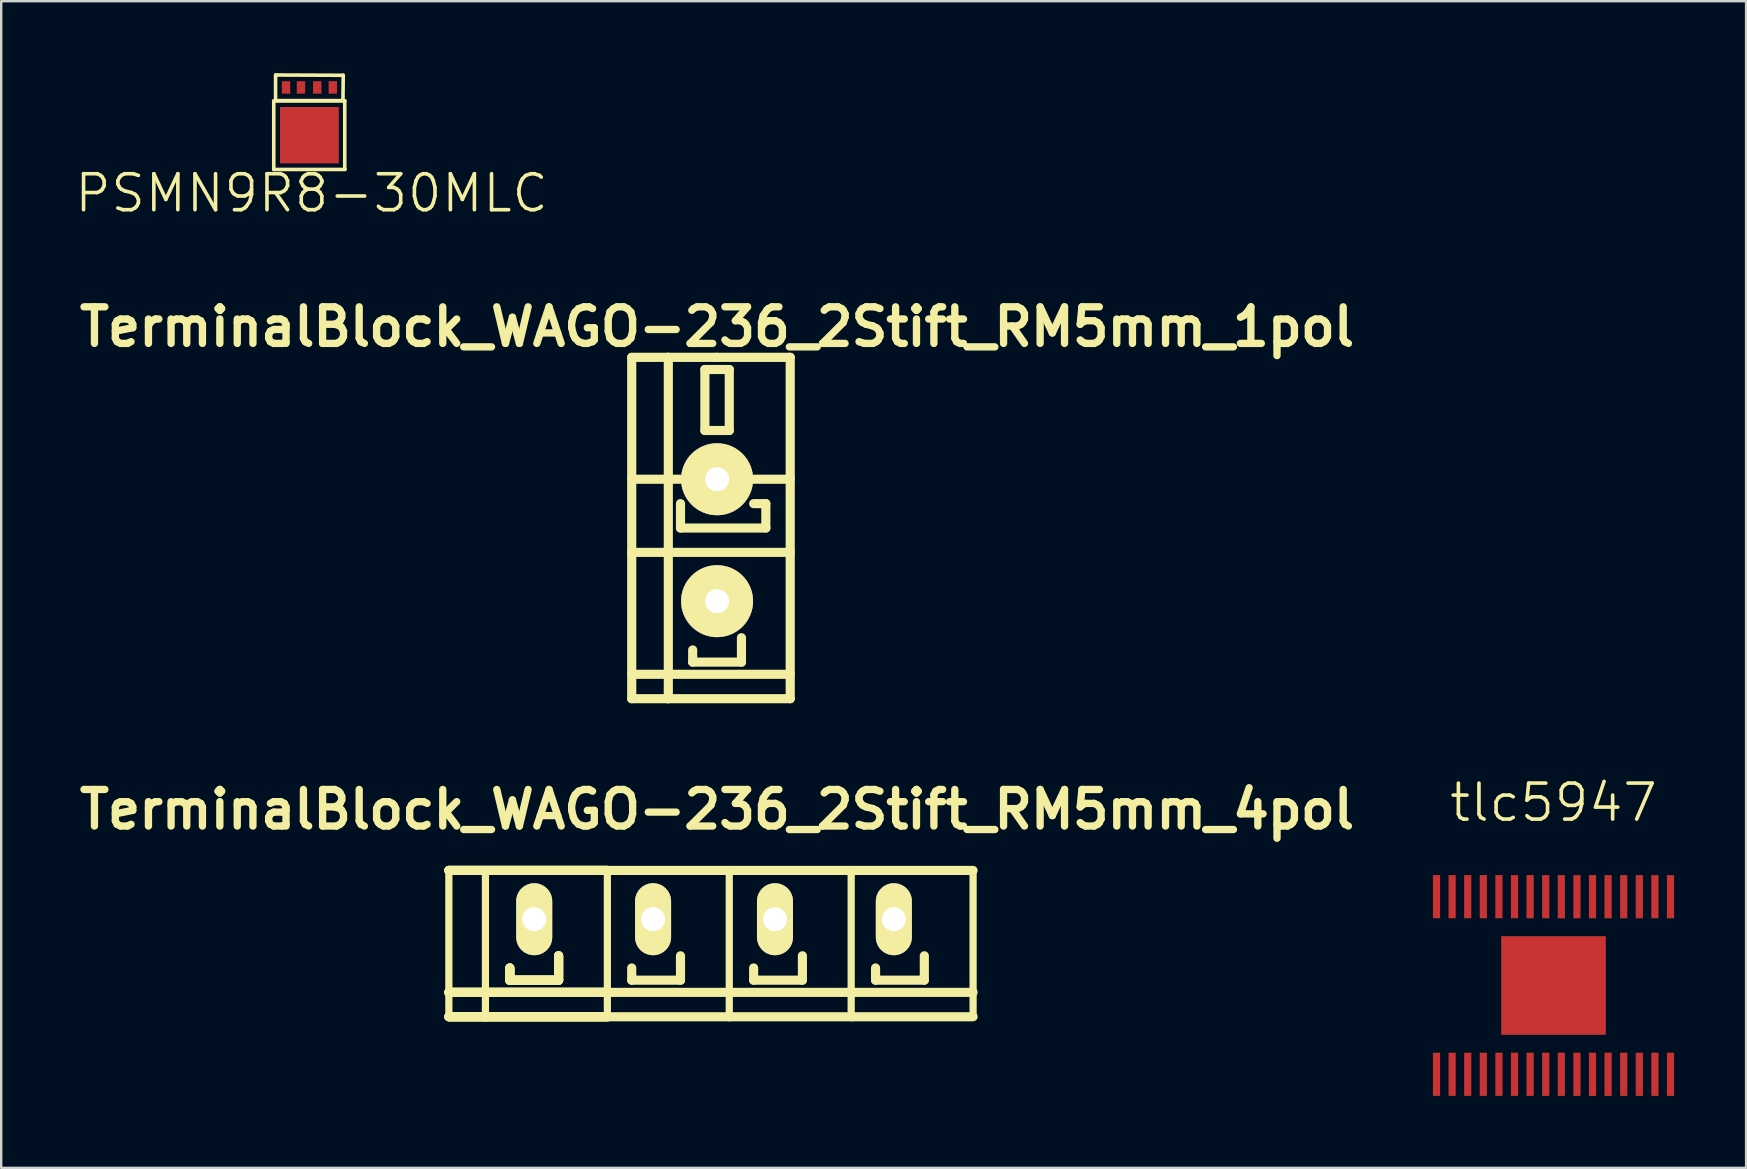
<source format=kicad_pcb>
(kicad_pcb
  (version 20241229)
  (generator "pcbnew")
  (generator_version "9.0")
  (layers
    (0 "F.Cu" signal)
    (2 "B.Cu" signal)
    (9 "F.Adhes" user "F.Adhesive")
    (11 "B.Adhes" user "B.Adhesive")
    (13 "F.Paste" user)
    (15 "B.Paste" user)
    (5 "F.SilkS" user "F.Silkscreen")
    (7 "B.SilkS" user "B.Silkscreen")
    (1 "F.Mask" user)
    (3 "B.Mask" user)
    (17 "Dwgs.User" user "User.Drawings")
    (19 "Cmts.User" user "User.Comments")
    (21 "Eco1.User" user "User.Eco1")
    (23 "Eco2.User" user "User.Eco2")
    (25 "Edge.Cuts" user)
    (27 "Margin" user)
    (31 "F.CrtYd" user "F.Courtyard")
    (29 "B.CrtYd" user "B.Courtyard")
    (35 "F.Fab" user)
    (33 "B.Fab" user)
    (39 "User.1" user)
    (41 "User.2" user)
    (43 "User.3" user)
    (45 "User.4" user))
  (footprint "TerminalBlock_WAGO-236_2Stift_RM5mm_4pol"
    (layer "F.Cu")
    (at 26.83 32.713)
    (property "Reference" "TerminalBlock_WAGO-236_2Stift_RM5mm_4pol" (at 0 -2.032 0) (layer "F.SilkS") (effects (font (size 1.524 1.524) (thickness 0.305))))
    (attr through_hole)
    (fp_line (start -11.176 0.508) (end -11.176 6.604) (stroke (width 0.3) (type solid)) (layer "F.SilkS"))
    (fp_line (start -11.176 0.508) (end -4.572 0.508) (stroke (width 0.381) (type solid)) (layer "F.SilkS"))
    (fp_line (start -11.176 0.508) (end -4.572 0.508) (stroke (width 0.381) (type solid)) (layer "F.SilkS"))
    (fp_line (start -11.176 0.508) (end -4.572 0.508) (stroke (width 0.381) (type solid)) (layer "F.SilkS"))
    (fp_line (start -11.176 0.508) (end -4.572 0.508) (stroke (width 0.381) (type solid)) (layer "F.SilkS"))
    (fp_line (start -11.176 5.588) (end -4.572 5.588) (stroke (width 0.381) (type solid)) (layer "F.SilkS"))
    (fp_line (start -11.176 5.588) (end -4.572 5.588) (stroke (width 0.381) (type solid)) (layer "F.SilkS"))
    (fp_line (start -11.176 5.588) (end -4.572 5.588) (stroke (width 0.381) (type solid)) (layer "F.SilkS"))
    (fp_line (start -11.176 5.588) (end -4.572 5.588) (stroke (width 0.381) (type solid)) (layer "F.SilkS"))
    (fp_line (start -11.176 6.604) (end -11.176 0.508) (stroke (width 0.15) (type solid)) (layer "F.SilkS"))
    (fp_line (start -9.652 0.508) (end -9.652 6.604) (stroke (width 0.3) (type solid)) (layer "F.SilkS"))
    (fp_line (start -9.652 6.604) (end -11.176 6.604) (stroke (width 0.381) (type solid)) (layer "F.SilkS"))
    (fp_line (start -9.652 6.604) (end -11.176 6.604) (stroke (width 0.381) (type solid)) (layer "F.SilkS"))
    (fp_line (start -9.652 6.604) (end -11.176 6.604) (stroke (width 0.381) (type solid)) (layer "F.SilkS"))
    (fp_line (start -9.652 6.604) (end -11.176 6.604) (stroke (width 0.381) (type solid)) (layer "F.SilkS"))
    (fp_line (start -8.636 4.572) (end -8.636 5.08) (stroke (width 0.381) (type solid)) (layer "F.SilkS"))
    (fp_line (start -8.636 4.572) (end -8.636 5.08) (stroke (width 0.381) (type solid)) (layer "F.SilkS"))
    (fp_line (start -8.636 4.572) (end -8.636 5.08) (stroke (width 0.381) (type solid)) (layer "F.SilkS"))
    (fp_line (start -8.636 4.572) (end -8.636 5.08) (stroke (width 0.381) (type solid)) (layer "F.SilkS"))
    (fp_line (start -8.636 5.08) (end -6.604 5.08) (stroke (width 0.381) (type solid)) (layer "F.SilkS"))
    (fp_line (start -8.636 5.08) (end -6.604 5.08) (stroke (width 0.381) (type solid)) (layer "F.SilkS"))
    (fp_line (start -8.636 5.08) (end -6.604 5.08) (stroke (width 0.381) (type solid)) (layer "F.SilkS"))
    (fp_line (start -8.636 5.08) (end -6.604 5.08) (stroke (width 0.381) (type solid)) (layer "F.SilkS"))
    (fp_line (start -6.604 5.08) (end -6.604 4.064) (stroke (width 0.381) (type solid)) (layer "F.SilkS"))
    (fp_line (start -6.604 5.08) (end -6.604 4.064) (stroke (width 0.381) (type solid)) (layer "F.SilkS"))
    (fp_line (start -6.604 5.08) (end -6.604 4.064) (stroke (width 0.381) (type solid)) (layer "F.SilkS"))
    (fp_line (start -6.604 5.08) (end -6.604 4.064) (stroke (width 0.381) (type solid)) (layer "F.SilkS"))
    (fp_line (start -4.572 0.508) (end 0.508 0.508) (stroke (width 0.381) (type solid)) (layer "F.SilkS"))
    (fp_line (start -4.572 5.588) (end 0.508 5.588) (stroke (width 0.381) (type solid)) (layer "F.SilkS"))
    (fp_line (start -4.572 6.604) (end -9.652 6.604) (stroke (width 0.381) (type solid)) (layer "F.SilkS"))
    (fp_line (start -4.572 6.604) (end -9.652 6.604) (stroke (width 0.381) (type solid)) (layer "F.SilkS"))
    (fp_line (start -4.572 6.604) (end -9.652 6.604) (stroke (width 0.381) (type solid)) (layer "F.SilkS"))
    (fp_line (start -4.572 6.604) (end -9.652 6.604) (stroke (width 0.381) (type solid)) (layer "F.SilkS"))
    (fp_line (start -4.572 6.604) (end -4.572 0.508) (stroke (width 0.3) (type solid)) (layer "F.SilkS"))
    (fp_line (start -4.572 6.604) (end 0.508 6.604) (stroke (width 0.381) (type solid)) (layer "F.SilkS"))
    (fp_line (start -3.556 4.572) (end -3.556 5.08) (stroke (width 0.381) (type solid)) (layer "F.SilkS"))
    (fp_line (start -3.556 5.08) (end -1.524 5.08) (stroke (width 0.381) (type solid)) (layer "F.SilkS"))
    (fp_line (start -1.524 5.08) (end -1.524 4.064) (stroke (width 0.381) (type solid)) (layer "F.SilkS"))
    (fp_line (start 0.508 0.508) (end 0.508 6.604) (stroke (width 0.3) (type solid)) (layer "F.SilkS"))
    (fp_line (start 0.508 0.508) (end 5.588 0.508) (stroke (width 0.381) (type solid)) (layer "F.SilkS"))
    (fp_line (start 0.508 5.588) (end 5.588 5.588) (stroke (width 0.381) (type solid)) (layer "F.SilkS"))
    (fp_line (start 0.508 6.604) (end 5.588 6.604) (stroke (width 0.381) (type solid)) (layer "F.SilkS"))
    (fp_line (start 1.524 4.572) (end 1.524 5.08) (stroke (width 0.381) (type solid)) (layer "F.SilkS"))
    (fp_line (start 1.524 5.08) (end 3.556 5.08) (stroke (width 0.381) (type solid)) (layer "F.SilkS"))
    (fp_line (start 3.556 5.08) (end 3.556 4.064) (stroke (width 0.381) (type solid)) (layer "F.SilkS"))
    (fp_line (start 5.588 0.508) (end 10.668 0.508) (stroke (width 0.381) (type solid)) (layer "F.SilkS"))
    (fp_line (start 5.588 5.588) (end 10.668 5.588) (stroke (width 0.381) (type solid)) (layer "F.SilkS"))
    (fp_line (start 5.588 6.604) (end 5.588 0.508) (stroke (width 0.3) (type solid)) (layer "F.SilkS"))
    (fp_line (start 5.588 6.604) (end 10.668 6.604) (stroke (width 0.381) (type solid)) (layer "F.SilkS"))
    (fp_line (start 6.604 4.572) (end 6.604 5.08) (stroke (width 0.381) (type solid)) (layer "F.SilkS"))
    (fp_line (start 6.604 5.08) (end 8.636 5.08) (stroke (width 0.381) (type solid)) (layer "F.SilkS"))
    (fp_line (start 8.636 5.08) (end 8.636 4.064) (stroke (width 0.381) (type solid)) (layer "F.SilkS"))
    (fp_line (start 10.668 0.508) (end 10.668 6.604) (stroke (width 0.3) (type solid)) (layer "F.SilkS"))
    (pad "1" thru_hole oval (at -7.62 2.54 90) (size 3 1.501) (drill 1.001) (layers "*.Cu" "*.Mask" "F.SilkS"))
    (pad "2" thru_hole oval (at -2.667 2.54 90) (size 3 1.501) (drill 1.001) (layers "*.Cu" "*.Mask" "F.SilkS"))
    (pad "3" thru_hole oval (at 2.413 2.54 90) (size 3 1.501) (drill 1.001) (layers "*.Cu" "*.Mask" "F.SilkS"))
    (pad "4" thru_hole oval (at 7.366 2.54 90) (size 3 1.501) (drill 1.001) (layers "*.Cu" "*.Mask" "F.SilkS")))
  (footprint "tlc5947"
    (layer "F.Cu")
    (at 61.684 38.015)
    (property "Reference" "tlc5947" (at 0 -7.62 0) (layer "F.SilkS") (effects (font (size 1.5 1.5) (thickness 0.15))))
    (attr through_hole)
    (pad "1" smd rect (at -4.875 3.7) (size 0.3 1.8) (layers "F.Cu" "F.Mask" "F.Paste"))
    (pad "2" smd rect (at -4.225 3.7) (size 0.3 1.8) (layers "F.Cu" "F.Mask" "F.Paste"))
    (pad "3" smd rect (at -3.575 3.7) (size 0.3 1.8) (layers "F.Cu" "F.Mask" "F.Paste"))
    (pad "4" smd rect (at -2.925 3.7) (size 0.3 1.8) (layers "F.Cu" "F.Mask" "F.Paste"))
    (pad "5" smd rect (at -2.275 3.7) (size 0.3 1.8) (layers "F.Cu" "F.Mask" "F.Paste"))
    (pad "6" smd rect (at -1.625 3.7) (size 0.3 1.8) (layers "F.Cu" "F.Mask" "F.Paste"))
    (pad "7" smd rect (at -0.975 3.7) (size 0.3 1.8) (layers "F.Cu" "F.Mask" "F.Paste"))
    (pad "8" smd rect (at -0.325 3.7) (size 0.3 1.8) (layers "F.Cu" "F.Mask" "F.Paste"))
    (pad "9" smd rect (at 0.325 3.7) (size 0.3 1.8) (layers "F.Cu" "F.Mask" "F.Paste"))
    (pad "10" smd rect (at 0.975 3.7) (size 0.3 1.8) (layers "F.Cu" "F.Mask" "F.Paste"))
    (pad "11" smd rect (at 1.625 3.7) (size 0.3 1.8) (layers "F.Cu" "F.Mask" "F.Paste"))
    (pad "12" smd rect (at 2.275 3.7) (size 0.3 1.8) (layers "F.Cu" "F.Mask" "F.Paste"))
    (pad "13" smd rect (at 2.925 3.7) (size 0.3 1.8) (layers "F.Cu" "F.Mask" "F.Paste"))
    (pad "14" smd rect (at 3.575 3.7) (size 0.3 1.8) (layers "F.Cu" "F.Mask" "F.Paste"))
    (pad "15" smd rect (at 4.225 3.7) (size 0.3 1.8) (layers "F.Cu" "F.Mask" "F.Paste"))
    (pad "16" smd rect (at 4.875 3.7) (size 0.3 1.8) (layers "F.Cu" "F.Mask" "F.Paste"))
    (pad "17" smd rect (at 4.875 -3.7) (size 0.3 1.8) (layers "F.Cu" "F.Mask" "F.Paste"))
    (pad "18" smd rect (at 4.225 -3.7) (size 0.3 1.8) (layers "F.Cu" "F.Mask" "F.Paste"))
    (pad "19" smd rect (at 3.575 -3.7) (size 0.3 1.8) (layers "F.Cu" "F.Mask" "F.Paste"))
    (pad "20" smd rect (at 2.925 -3.7) (size 0.3 1.8) (layers "F.Cu" "F.Mask" "F.Paste"))
    (pad "21" smd rect (at 2.275 -3.7) (size 0.3 1.8) (layers "F.Cu" "F.Mask" "F.Paste"))
    (pad "22" smd rect (at 1.625 -3.7) (size 0.3 1.8) (layers "F.Cu" "F.Mask" "F.Paste"))
    (pad "23" smd rect (at 0.975 -3.7) (size 0.3 1.8) (layers "F.Cu" "F.Mask" "F.Paste"))
    (pad "24" smd rect (at 0.325 -3.7) (size 0.3 1.8) (layers "F.Cu" "F.Mask" "F.Paste"))
    (pad "25" smd rect (at -0.325 -3.7) (size 0.3 1.8) (layers "F.Cu" "F.Mask" "F.Paste"))
    (pad "26" smd rect (at -0.975 -3.7) (size 0.3 1.8) (layers "F.Cu" "F.Mask" "F.Paste"))
    (pad "27" smd rect (at -1.625 -3.7) (size 0.3 1.8) (layers "F.Cu" "F.Mask" "F.Paste"))
    (pad "28" smd rect (at -2.275 -3.7) (size 0.3 1.8) (layers "F.Cu" "F.Mask" "F.Paste"))
    (pad "29" smd rect (at -2.925 -3.7) (size 0.3 1.8) (layers "F.Cu" "F.Mask" "F.Paste"))
    (pad "30" smd rect (at -3.575 -3.7) (size 0.3 1.8) (layers "F.Cu" "F.Mask" "F.Paste"))
    (pad "31" smd rect (at -4.225 -3.7) (size 0.3 1.8) (layers "F.Cu" "F.Mask" "F.Paste"))
    (pad "32" smd rect (at -4.875 -3.7) (size 0.3 1.8) (layers "F.Cu" "F.Mask" "F.Paste"))
    (pad "33" smd rect (at 0 0) (size 4.36 4.11) (layers "F.Cu" "F.Mask" "F.Paste")))
  (footprint "TerminalBlock_WAGO-236_2Stift_RM5mm_1pol"
    (layer "F.Cu")
    (at 26.83 19.46)
    (property "Reference" "TerminalBlock_WAGO-236_2Stift_RM5mm_1pol" (at 0 -8.89 0) (layer "F.SilkS") (effects (font (size 1.524 1.524) (thickness 0.305))))
    (attr through_hole)
    (fp_line (start -3.556 -7.62) (end -2.032 -7.62) (stroke (width 0.381) (type solid)) (layer "F.SilkS"))
    (fp_line (start -3.556 -2.54) (end -1.524 -2.54) (stroke (width 0.381) (type solid)) (layer "F.SilkS"))
    (fp_line (start -3.556 0.508) (end 3.048 0.508) (stroke (width 0.381) (type solid)) (layer "F.SilkS"))
    (fp_line (start -3.556 5.588) (end 3.048 5.588) (stroke (width 0.381) (type solid)) (layer "F.SilkS"))
    (fp_line (start -3.556 6.604) (end -3.556 -7.62) (stroke (width 0.381) (type solid)) (layer "F.SilkS"))
    (fp_line (start -2.032 -7.62) (end 0 -7.62) (stroke (width 0.381) (type solid)) (layer "F.SilkS"))
    (fp_line (start -2.032 6.604) (end -3.556 6.604) (stroke (width 0.381) (type solid)) (layer "F.SilkS"))
    (fp_line (start -2.032 6.604) (end -2.032 -7.62) (stroke (width 0.381) (type solid)) (layer "F.SilkS"))
    (fp_line (start -1.524 -1.524) (end -1.524 -0.508) (stroke (width 0.381) (type solid)) (layer "F.SilkS"))
    (fp_line (start -1.524 -0.508) (end 2.032 -0.508) (stroke (width 0.381) (type solid)) (layer "F.SilkS"))
    (fp_line (start -1.016 4.572) (end -1.016 5.08) (stroke (width 0.381) (type solid)) (layer "F.SilkS"))
    (fp_line (start -1.016 5.08) (end 1.016 5.08) (stroke (width 0.381) (type solid)) (layer "F.SilkS"))
    (fp_line (start -0.508 -7.112) (end 0.508 -7.112) (stroke (width 0.381) (type solid)) (layer "F.SilkS"))
    (fp_line (start -0.508 -4.572) (end -0.508 -7.112) (stroke (width 0.381) (type solid)) (layer "F.SilkS"))
    (fp_line (start 0 -7.62) (end 3.048 -7.62) (stroke (width 0.381) (type solid)) (layer "F.SilkS"))
    (fp_line (start 0.508 -7.112) (end 0.508 -4.572) (stroke (width 0.381) (type solid)) (layer "F.SilkS"))
    (fp_line (start 0.508 -4.572) (end -0.508 -4.572) (stroke (width 0.381) (type solid)) (layer "F.SilkS"))
    (fp_line (start 1.016 5.08) (end 1.016 4.064) (stroke (width 0.381) (type solid)) (layer "F.SilkS"))
    (fp_line (start 1.524 -2.54) (end 3.048 -2.54) (stroke (width 0.381) (type solid)) (layer "F.SilkS"))
    (fp_line (start 2.032 -1.524) (end 1.524 -1.524) (stroke (width 0.381) (type solid)) (layer "F.SilkS"))
    (fp_line (start 2.032 -0.508) (end 2.032 -1.524) (stroke (width 0.381) (type solid)) (layer "F.SilkS"))
    (fp_line (start 3.048 -7.62) (end 3.048 6.604) (stroke (width 0.381) (type solid)) (layer "F.SilkS"))
    (fp_line (start 3.048 6.604) (end -2.032 6.604) (stroke (width 0.381) (type solid)) (layer "F.SilkS"))
    (pad "1" thru_hole circle (at 0 -2.54 90) (size 3 3) (drill 1.001) (layers "*.Cu" "*.Mask" "F.SilkS"))
    (pad "2" thru_hole circle (at 0 2.54 90) (size 3 3) (drill 1.001) (layers "*.Cu" "*.Mask" "F.SilkS")))
  (footprint "PSMN9R8-30MLC"
    (layer "F.Cu")
    (at 9.843 2.043)
    (property "Reference" "PSMN9R8-30MLC" (at 0.089 2.959 0) (layer "F.SilkS") (effects (font (size 1.5 1.5) (thickness 0.15))))
    (attr through_hole)
    (fp_line (start -1.486 1.968) (end -1.486 -0.889) (stroke (width 0.15) (type solid)) (layer "F.SilkS"))
    (fp_line (start -1.473 -0.889) (end 1.473 -0.889) (stroke (width 0.15) (type solid)) (layer "F.SilkS"))
    (fp_line (start -1.41 -0.902) (end -1.41 -1.968) (stroke (width 0.15) (type solid)) (layer "F.SilkS"))
    (fp_line (start -1.397 -1.968) (end 1.41 -1.956) (stroke (width 0.15) (type solid)) (layer "F.SilkS"))
    (fp_line (start 1.397 -0.902) (end -1.41 -0.902) (stroke (width 0.15) (type solid)) (layer "F.SilkS"))
    (fp_line (start 1.41 -1.956) (end 1.397 -0.902) (stroke (width 0.15) (type solid)) (layer "F.SilkS"))
    (fp_line (start 1.473 -0.889) (end 1.473 1.956) (stroke (width 0.15) (type solid)) (layer "F.SilkS"))
    (fp_line (start 1.486 1.968) (end -1.486 1.968) (stroke (width 0.15) (type solid)) (layer "F.SilkS"))
    (pad "D" smd rect (at 0 0.54) (size 2.45 2.35) (layers "F.Cu" "F.Mask" "F.Paste"))
    (pad "G" smd rect (at -0.975 -1.45) (size 0.35 0.52) (layers "F.Cu" "F.Mask" "F.Paste"))
    (pad "S" smd rect (at -0.352 -1.45) (size 0.35 0.52) (layers "F.Cu" "F.Mask" "F.Paste"))
    (pad "S" smd rect (at 0.325 -1.45) (size 0.35 0.52) (layers "F.Cu" "F.Mask" "F.Paste"))
    (pad "S" smd rect (at 0.975 -1.45) (size 0.35 0.52) (layers "F.Cu" "F.Mask" "F.Paste")))
  (gr_rect
    (start -3 -3)
    (end 69.709 45.615)
    (stroke (width 0.1) (type default))
    (fill no)
    (layer "Edge.Cuts")))
</source>
